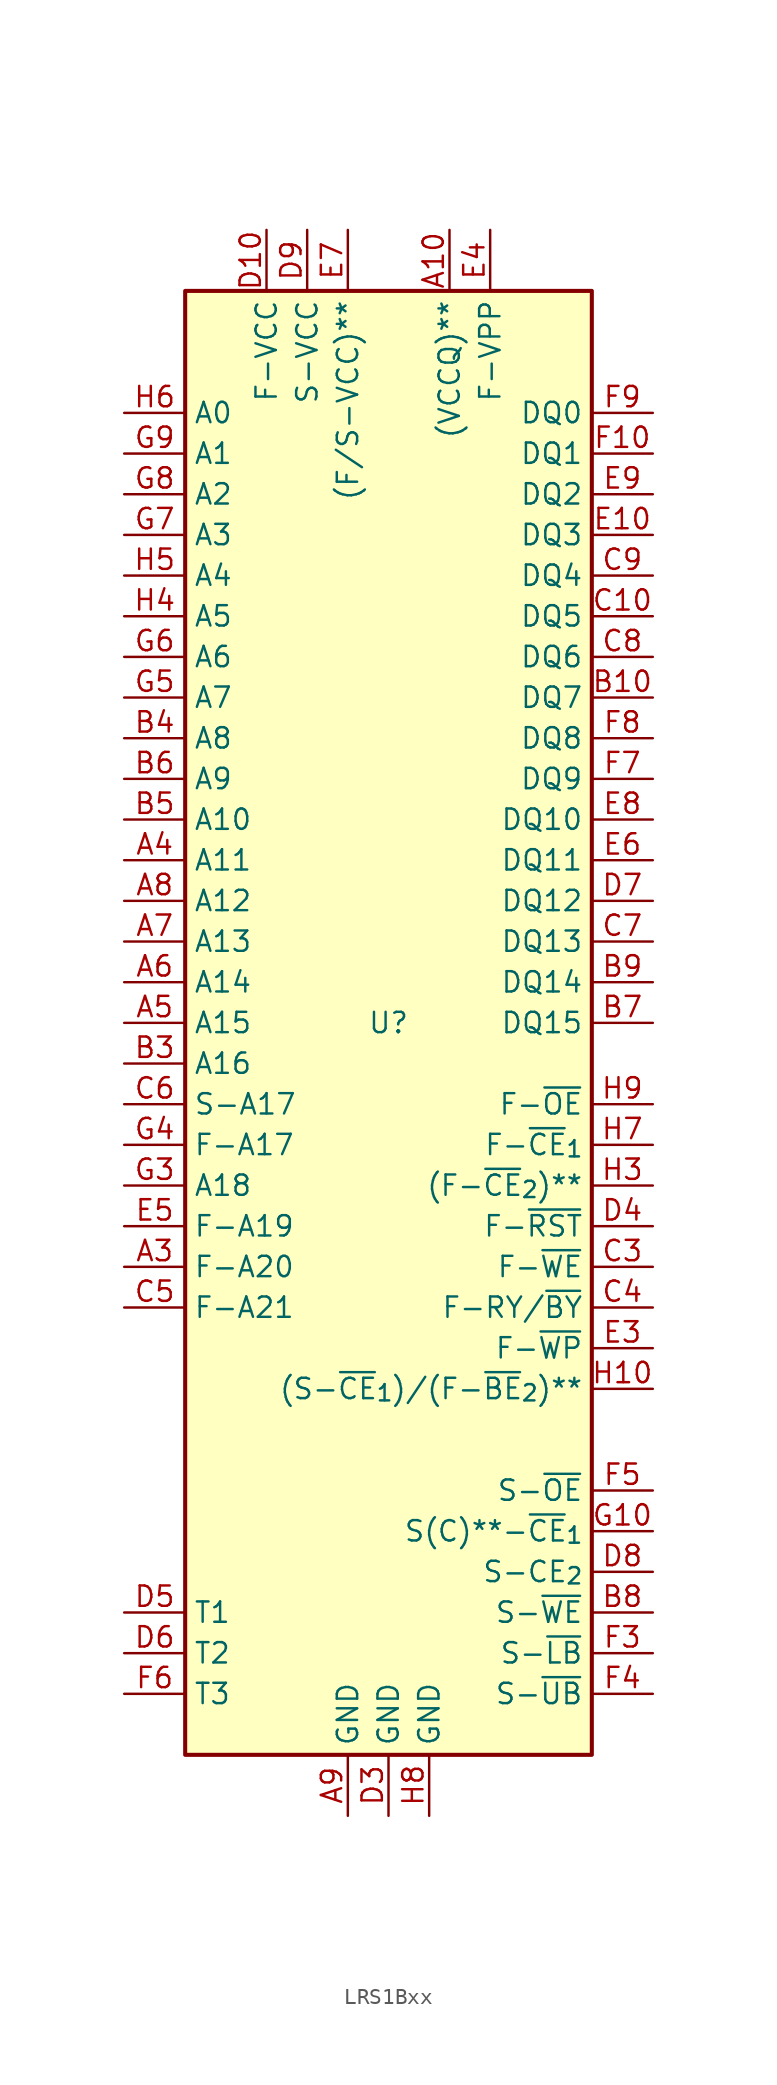
<source format=kicad_sym>
(kicad_symbol_lib
  (version 20231120)
  (generator "kicad_symbol_editor")
  (generator_version "8.0")
  (symbol "LRS1Bxx"
    (property "Reference" "U"
      (at 0 0 0)
      (effects (font (size 1.27 1.27))))
    (property "Value" ""
      (at 0 0 0)
      (effects (font (size 1.27 1.27))))
    (symbol "LRS1Bxx_1_1"
      (rectangle (start -12.7 45.72) (end 12.7 -45.72) (stroke (width 0.254) (type default)) (fill (type background)))
      (pin passive line (at 3.81 49.53 270) (length 3.81) (name "(VCCQ)**" (effects (font (size 1.27 1.27)))) (number "A10" (effects (font (size 1.27 1.27)))))
      (pin passive line (at -16.51 -15.24 0) (length 3.81) (name "F-A20" (effects (font (size 1.27 1.27)))) (number "A3" (effects (font (size 1.27 1.27)))))
      (pin passive line (at -16.51 10.16 0) (length 3.81) (name "A11" (effects (font (size 1.27 1.27)))) (number "A4" (effects (font (size 1.27 1.27)))))
      (pin passive line (at -16.51 0 0) (length 3.81) (name "A15" (effects (font (size 1.27 1.27)))) (number "A5" (effects (font (size 1.27 1.27)))))
      (pin passive line (at -16.51 2.54 0) (length 3.81) (name "A14" (effects (font (size 1.27 1.27)))) (number "A6" (effects (font (size 1.27 1.27)))))
      (pin passive line (at -16.51 5.08 0) (length 3.81) (name "A13" (effects (font (size 1.27 1.27)))) (number "A7" (effects (font (size 1.27 1.27)))))
      (pin passive line (at -16.51 7.62 0) (length 3.81) (name "A12" (effects (font (size 1.27 1.27)))) (number "A8" (effects (font (size 1.27 1.27)))))
      (pin passive line (at -2.54 -49.53 90) (length 3.81) (name "GND" (effects (font (size 1.27 1.27)))) (number "A9" (effects (font (size 1.27 1.27)))))
      (pin passive line (at 16.51 20.32 180) (length 3.81) (name "DQ7" (effects (font (size 1.27 1.27)))) (number "B10" (effects (font (size 1.27 1.27)))))
      (pin passive line (at -16.51 -2.54 0) (length 3.81) (name "A16" (effects (font (size 1.27 1.27)))) (number "B3" (effects (font (size 1.27 1.27)))))
      (pin passive line (at -16.51 17.78 0) (length 3.81) (name "A8" (effects (font (size 1.27 1.27)))) (number "B4" (effects (font (size 1.27 1.27)))))
      (pin passive line (at -16.51 12.7 0) (length 3.81) (name "A10" (effects (font (size 1.27 1.27)))) (number "B5" (effects (font (size 1.27 1.27)))))
      (pin passive line (at -16.51 15.24 0) (length 3.81) (name "A9" (effects (font (size 1.27 1.27)))) (number "B6" (effects (font (size 1.27 1.27)))))
      (pin passive line (at 16.51 0 180) (length 3.81) (name "DQ15" (effects (font (size 1.27 1.27)))) (number "B7" (effects (font (size 1.27 1.27)))))
      (pin passive line (at 16.51 -36.83 180) (length 3.81) (name "S-~{WE}" (effects (font (size 1.27 1.27)))) (number "B8" (effects (font (size 1.27 1.27)))))
      (pin passive line (at 16.51 2.54 180) (length 3.81) (name "DQ14" (effects (font (size 1.27 1.27)))) (number "B9" (effects (font (size 1.27 1.27)))))
      (pin passive line (at 16.51 25.4 180) (length 3.81) (name "DQ5" (effects (font (size 1.27 1.27)))) (number "C10" (effects (font (size 1.27 1.27)))))
      (pin passive line (at 16.51 -15.24 180) (length 3.81) (name "F-~{WE}" (effects (font (size 1.27 1.27)))) (number "C3" (effects (font (size 1.27 1.27)))))
      (pin passive line (at 16.51 -17.78 180) (length 3.81) (name "F-RY/~{BY}" (effects (font (size 1.27 1.27)))) (number "C4" (effects (font (size 1.27 1.27)))))
      (pin passive line (at -16.51 -17.78 0) (length 3.81) (name "F-A21" (effects (font (size 1.27 1.27)))) (number "C5" (effects (font (size 1.27 1.27)))))
      (pin passive line (at -16.51 -5.08 0) (length 3.81) (name "S-A17" (effects (font (size 1.27 1.27)))) (number "C6" (effects (font (size 1.27 1.27)))))
      (pin passive line (at 16.51 5.08 180) (length 3.81) (name "DQ13" (effects (font (size 1.27 1.27)))) (number "C7" (effects (font (size 1.27 1.27)))))
      (pin passive line (at 16.51 22.86 180) (length 3.81) (name "DQ6" (effects (font (size 1.27 1.27)))) (number "C8" (effects (font (size 1.27 1.27)))))
      (pin passive line (at 16.51 27.94 180) (length 3.81) (name "DQ4" (effects (font (size 1.27 1.27)))) (number "C9" (effects (font (size 1.27 1.27)))))
      (pin passive line (at -7.62 49.53 270) (length 3.81) (name "F-VCC" (effects (font (size 1.27 1.27)))) (number "D10" (effects (font (size 1.27 1.27)))))
      (pin passive line (at 0 -49.53 90) (length 3.81) (name "GND" (effects (font (size 1.27 1.27)))) (number "D3" (effects (font (size 1.27 1.27)))))
      (pin passive line (at 16.51 -12.7 180) (length 3.81) (name "F-~{RST}" (effects (font (size 1.27 1.27)))) (number "D4" (effects (font (size 1.27 1.27)))))
      (pin passive line (at -16.51 -36.83 0) (length 3.81) (name "T1" (effects (font (size 1.27 1.27)))) (number "D5" (effects (font (size 1.27 1.27)))))
      (pin passive line (at -16.51 -39.37 0) (length 3.81) (name "T2" (effects (font (size 1.27 1.27)))) (number "D6" (effects (font (size 1.27 1.27)))))
      (pin passive line (at 16.51 7.62 180) (length 3.81) (name "DQ12" (effects (font (size 1.27 1.27)))) (number "D7" (effects (font (size 1.27 1.27)))))
      (pin passive line (at 16.51 -34.29 180) (length 3.81) (name "S-CE_{2}" (effects (font (size 1.27 1.27)))) (number "D8" (effects (font (size 1.27 1.27)))))
      (pin passive line (at -5.08 49.53 270) (length 3.81) (name "S-VCC" (effects (font (size 1.27 1.27)))) (number "D9" (effects (font (size 1.27 1.27)))))
      (pin passive line (at 16.51 30.48 180) (length 3.81) (name "DQ3" (effects (font (size 1.27 1.27)))) (number "E10" (effects (font (size 1.27 1.27)))))
      (pin passive line (at 16.51 -20.32 180) (length 3.81) (name "F-~{WP}" (effects (font (size 1.27 1.27)))) (number "E3" (effects (font (size 1.27 1.27)))))
      (pin passive line (at 6.35 49.53 270) (length 3.81) (name "F-VPP" (effects (font (size 1.27 1.27)))) (number "E4" (effects (font (size 1.27 1.27)))))
      (pin passive line (at -16.51 -12.7 0) (length 3.81) (name "F-A19" (effects (font (size 1.27 1.27)))) (number "E5" (effects (font (size 1.27 1.27)))))
      (pin passive line (at 16.51 10.16 180) (length 3.81) (name "DQ11" (effects (font (size 1.27 1.27)))) (number "E6" (effects (font (size 1.27 1.27)))))
      (pin passive line (at -2.54 49.53 270) (length 3.81) (name "(F/S-VCC)**" (effects (font (size 1.27 1.27)))) (number "E7" (effects (font (size 1.27 1.27)))))
      (pin passive line (at 16.51 12.7 180) (length 3.81) (name "DQ10" (effects (font (size 1.27 1.27)))) (number "E8" (effects (font (size 1.27 1.27)))))
      (pin passive line (at 16.51 33.02 180) (length 3.81) (name "DQ2" (effects (font (size 1.27 1.27)))) (number "E9" (effects (font (size 1.27 1.27)))))
      (pin passive line (at 16.51 35.56 180) (length 3.81) (name "DQ1" (effects (font (size 1.27 1.27)))) (number "F10" (effects (font (size 1.27 1.27)))))
      (pin passive line (at 16.51 -39.37 180) (length 3.81) (name "S-~{LB}" (effects (font (size 1.27 1.27)))) (number "F3" (effects (font (size 1.27 1.27)))))
      (pin passive line (at 16.51 -41.91 180) (length 3.81) (name "S-~{UB}" (effects (font (size 1.27 1.27)))) (number "F4" (effects (font (size 1.27 1.27)))))
      (pin passive line (at 16.51 -29.21 180) (length 3.81) (name "S-~{OE}" (effects (font (size 1.27 1.27)))) (number "F5" (effects (font (size 1.27 1.27)))))
      (pin passive line (at -16.51 -41.91 0) (length 3.81) (name "T3" (effects (font (size 1.27 1.27)))) (number "F6" (effects (font (size 1.27 1.27)))))
      (pin passive line (at 16.51 15.24 180) (length 3.81) (name "DQ9" (effects (font (size 1.27 1.27)))) (number "F7" (effects (font (size 1.27 1.27)))))
      (pin passive line (at 16.51 17.78 180) (length 3.81) (name "DQ8" (effects (font (size 1.27 1.27)))) (number "F8" (effects (font (size 1.27 1.27)))))
      (pin passive line (at 16.51 38.1 180) (length 3.81) (name "DQ0" (effects (font (size 1.27 1.27)))) (number "F9" (effects (font (size 1.27 1.27)))))
      (pin passive line (at 16.51 -31.75 180) (length 3.81) (name "S(C)**-~{CE}_{1}" (effects (font (size 1.27 1.27)))) (number "G10" (effects (font (size 1.27 1.27)))))
      (pin passive line (at -16.51 -10.16 0) (length 3.81) (name "A18" (effects (font (size 1.27 1.27)))) (number "G3" (effects (font (size 1.27 1.27)))))
      (pin passive line (at -16.51 -7.62 0) (length 3.81) (name "F-A17" (effects (font (size 1.27 1.27)))) (number "G4" (effects (font (size 1.27 1.27)))))
      (pin passive line (at -16.51 20.32 0) (length 3.81) (name "A7" (effects (font (size 1.27 1.27)))) (number "G5" (effects (font (size 1.27 1.27)))))
      (pin passive line (at -16.51 22.86 0) (length 3.81) (name "A6" (effects (font (size 1.27 1.27)))) (number "G6" (effects (font (size 1.27 1.27)))))
      (pin passive line (at -16.51 30.48 0) (length 3.81) (name "A3" (effects (font (size 1.27 1.27)))) (number "G7" (effects (font (size 1.27 1.27)))))
      (pin passive line (at -16.51 33.02 0) (length 3.81) (name "A2" (effects (font (size 1.27 1.27)))) (number "G8" (effects (font (size 1.27 1.27)))))
      (pin passive line (at -16.51 35.56 0) (length 3.81) (name "A1" (effects (font (size 1.27 1.27)))) (number "G9" (effects (font (size 1.27 1.27)))))
      (pin passive line (at 16.51 -22.86 180) (length 3.81) (name "(S-~{CE}_{1})/(F-~{BE}_{2})**" (effects (font (size 1.27 1.27)))) (number "H10" (effects (font (size 1.27 1.27)))))
      (pin passive line (at 16.51 -10.16 180) (length 3.81) (name "(F-~{CE}_{2})**" (effects (font (size 1.27 1.27)))) (number "H3" (effects (font (size 1.27 1.27)))))
      (pin passive line (at -16.51 25.4 0) (length 3.81) (name "A5" (effects (font (size 1.27 1.27)))) (number "H4" (effects (font (size 1.27 1.27)))))
      (pin passive line (at -16.51 27.94 0) (length 3.81) (name "A4" (effects (font (size 1.27 1.27)))) (number "H5" (effects (font (size 1.27 1.27)))))
      (pin passive line (at -16.51 38.1 0) (length 3.81) (name "A0" (effects (font (size 1.27 1.27)))) (number "H6" (effects (font (size 1.27 1.27)))))
      (pin passive line (at 16.51 -7.62 180) (length 3.81) (name "F-~{CE}_{1}" (effects (font (size 1.27 1.27)))) (number "H7" (effects (font (size 1.27 1.27)))))
      (pin passive line (at 2.54 -49.53 90) (length 3.81) (name "GND" (effects (font (size 1.27 1.27)))) (number "H8" (effects (font (size 1.27 1.27)))))
      (pin passive line (at 16.51 -5.08 180) (length 3.81) (name "F-~{OE}" (effects (font (size 1.27 1.27)))) (number "H9" (effects (font (size 1.27 1.27))))))))
</source>
